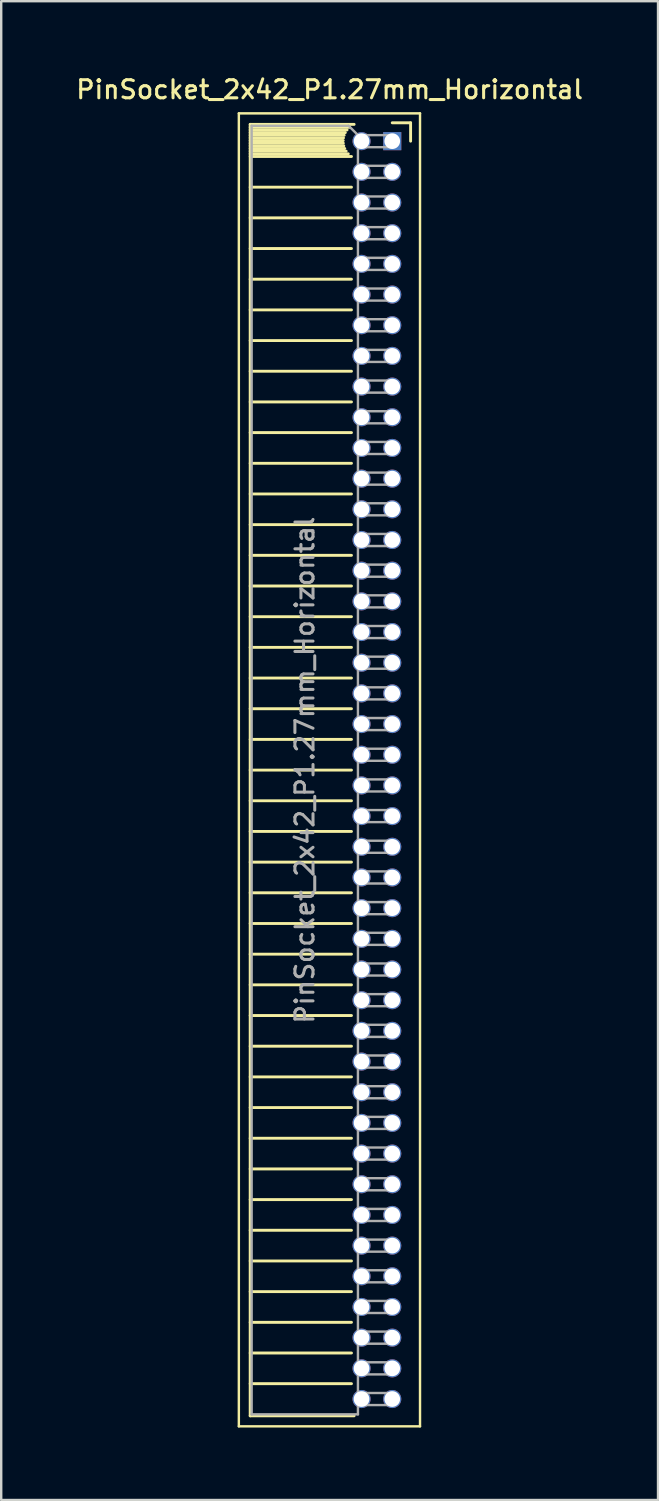
<source format=kicad_pcb>
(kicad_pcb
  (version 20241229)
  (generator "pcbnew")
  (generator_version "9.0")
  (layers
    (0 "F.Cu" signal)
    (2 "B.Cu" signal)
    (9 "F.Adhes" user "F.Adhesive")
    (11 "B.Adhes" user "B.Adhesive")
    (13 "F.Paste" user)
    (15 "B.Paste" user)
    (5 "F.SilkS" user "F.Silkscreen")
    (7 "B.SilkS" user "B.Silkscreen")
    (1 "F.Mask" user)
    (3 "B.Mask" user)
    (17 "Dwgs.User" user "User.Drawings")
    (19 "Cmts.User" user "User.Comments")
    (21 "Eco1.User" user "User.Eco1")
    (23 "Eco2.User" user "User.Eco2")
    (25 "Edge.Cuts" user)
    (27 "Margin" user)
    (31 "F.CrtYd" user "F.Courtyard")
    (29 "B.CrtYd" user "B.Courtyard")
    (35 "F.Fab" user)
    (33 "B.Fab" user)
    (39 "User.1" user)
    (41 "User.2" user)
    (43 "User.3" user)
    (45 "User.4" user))
  (footprint "PinSocket_2x42_P1.27mm_Horizontal"
    (layer "F.Cu")
    (at 13.187 2.793)
    (property "Reference" "PinSocket_2x42_P1.27mm_Horizontal" (at -2.592 -2.135 0) (layer "F.SilkS") (effects (font (size 0.75 0.75) (thickness 0.125))))
    (attr through_hole)
    (fp_line (start -6.35 -1.15) (end -6.35 53.2) (stroke (width 0.1) (type solid)) (layer "F.SilkS"))
    (fp_line (start -6.35 53.2) (end 1.15 53.2) (stroke (width 0.1) (type solid)) (layer "F.SilkS"))
    (fp_line (start -5.88 -0.695) (end -5.88 52.765) (stroke (width 0.12) (type solid)) (layer "F.SilkS"))
    (fp_line (start -5.88 -0.695) (end -1.578 -0.695) (stroke (width 0.12) (type solid)) (layer "F.SilkS"))
    (fp_line (start -5.88 -0.575) (end -1.767 -0.575) (stroke (width 0.12) (type solid)) (layer "F.SilkS"))
    (fp_line (start -5.88 -0.465) (end -1.871 -0.465) (stroke (width 0.12) (type solid)) (layer "F.SilkS"))
    (fp_line (start -5.88 -0.355) (end -1.942 -0.355) (stroke (width 0.12) (type solid)) (layer "F.SilkS"))
    (fp_line (start -5.88 -0.245) (end -1.989 -0.245) (stroke (width 0.12) (type solid)) (layer "F.SilkS"))
    (fp_line (start -5.88 -0.135) (end -2.018 -0.135) (stroke (width 0.12) (type solid)) (layer "F.SilkS"))
    (fp_line (start -5.88 -0.025) (end -2.03 -0.025) (stroke (width 0.12) (type solid)) (layer "F.SilkS"))
    (fp_line (start -5.88 0.085) (end -2.025 0.085) (stroke (width 0.12) (type solid)) (layer "F.SilkS"))
    (fp_line (start -5.88 0.195) (end -2.005 0.195) (stroke (width 0.12) (type solid)) (layer "F.SilkS"))
    (fp_line (start -5.88 0.305) (end -1.966 0.305) (stroke (width 0.12) (type solid)) (layer "F.SilkS"))
    (fp_line (start -5.88 0.415) (end -1.907 0.415) (stroke (width 0.12) (type solid)) (layer "F.SilkS"))
    (fp_line (start -5.88 0.525) (end -1.82 0.525) (stroke (width 0.12) (type solid)) (layer "F.SilkS"))
    (fp_line (start -5.88 0.635) (end -1.688 0.635) (stroke (width 0.12) (type solid)) (layer "F.SilkS"))
    (fp_line (start -5.88 1.905) (end -1.688 1.905) (stroke (width 0.12) (type solid)) (layer "F.SilkS"))
    (fp_line (start -5.88 3.175) (end -1.688 3.175) (stroke (width 0.12) (type solid)) (layer "F.SilkS"))
    (fp_line (start -5.88 4.445) (end -1.688 4.445) (stroke (width 0.12) (type solid)) (layer "F.SilkS"))
    (fp_line (start -5.88 5.715) (end -1.688 5.715) (stroke (width 0.12) (type solid)) (layer "F.SilkS"))
    (fp_line (start -5.88 6.985) (end -1.688 6.985) (stroke (width 0.12) (type solid)) (layer "F.SilkS"))
    (fp_line (start -5.88 8.255) (end -1.688 8.255) (stroke (width 0.12) (type solid)) (layer "F.SilkS"))
    (fp_line (start -5.88 9.525) (end -1.688 9.525) (stroke (width 0.12) (type solid)) (layer "F.SilkS"))
    (fp_line (start -5.88 10.795) (end -1.688 10.795) (stroke (width 0.12) (type solid)) (layer "F.SilkS"))
    (fp_line (start -5.88 12.065) (end -1.688 12.065) (stroke (width 0.12) (type solid)) (layer "F.SilkS"))
    (fp_line (start -5.88 13.335) (end -1.688 13.335) (stroke (width 0.12) (type solid)) (layer "F.SilkS"))
    (fp_line (start -5.88 14.605) (end -1.688 14.605) (stroke (width 0.12) (type solid)) (layer "F.SilkS"))
    (fp_line (start -5.88 15.875) (end -1.688 15.875) (stroke (width 0.12) (type solid)) (layer "F.SilkS"))
    (fp_line (start -5.88 17.145) (end -1.688 17.145) (stroke (width 0.12) (type solid)) (layer "F.SilkS"))
    (fp_line (start -5.88 18.415) (end -1.688 18.415) (stroke (width 0.12) (type solid)) (layer "F.SilkS"))
    (fp_line (start -5.88 19.685) (end -1.688 19.685) (stroke (width 0.12) (type solid)) (layer "F.SilkS"))
    (fp_line (start -5.88 20.955) (end -1.688 20.955) (stroke (width 0.12) (type solid)) (layer "F.SilkS"))
    (fp_line (start -5.88 22.225) (end -1.688 22.225) (stroke (width 0.12) (type solid)) (layer "F.SilkS"))
    (fp_line (start -5.88 23.495) (end -1.688 23.495) (stroke (width 0.12) (type solid)) (layer "F.SilkS"))
    (fp_line (start -5.88 24.765) (end -1.688 24.765) (stroke (width 0.12) (type solid)) (layer "F.SilkS"))
    (fp_line (start -5.88 26.035) (end -1.688 26.035) (stroke (width 0.12) (type solid)) (layer "F.SilkS"))
    (fp_line (start -5.88 27.305) (end -1.688 27.305) (stroke (width 0.12) (type solid)) (layer "F.SilkS"))
    (fp_line (start -5.88 28.575) (end -1.688 28.575) (stroke (width 0.12) (type solid)) (layer "F.SilkS"))
    (fp_line (start -5.88 29.845) (end -1.688 29.845) (stroke (width 0.12) (type solid)) (layer "F.SilkS"))
    (fp_line (start -5.88 31.115) (end -1.688 31.115) (stroke (width 0.12) (type solid)) (layer "F.SilkS"))
    (fp_line (start -5.88 32.385) (end -1.688 32.385) (stroke (width 0.12) (type solid)) (layer "F.SilkS"))
    (fp_line (start -5.88 33.655) (end -1.688 33.655) (stroke (width 0.12) (type solid)) (layer "F.SilkS"))
    (fp_line (start -5.88 34.925) (end -1.688 34.925) (stroke (width 0.12) (type solid)) (layer "F.SilkS"))
    (fp_line (start -5.88 36.195) (end -1.688 36.195) (stroke (width 0.12) (type solid)) (layer "F.SilkS"))
    (fp_line (start -5.88 37.465) (end -1.688 37.465) (stroke (width 0.12) (type solid)) (layer "F.SilkS"))
    (fp_line (start -5.88 38.735) (end -1.688 38.735) (stroke (width 0.12) (type solid)) (layer "F.SilkS"))
    (fp_line (start -5.88 40.005) (end -1.688 40.005) (stroke (width 0.12) (type solid)) (layer "F.SilkS"))
    (fp_line (start -5.88 41.275) (end -1.688 41.275) (stroke (width 0.12) (type solid)) (layer "F.SilkS"))
    (fp_line (start -5.88 42.545) (end -1.688 42.545) (stroke (width 0.12) (type solid)) (layer "F.SilkS"))
    (fp_line (start -5.88 43.815) (end -1.688 43.815) (stroke (width 0.12) (type solid)) (layer "F.SilkS"))
    (fp_line (start -5.88 45.085) (end -1.688 45.085) (stroke (width 0.12) (type solid)) (layer "F.SilkS"))
    (fp_line (start -5.88 46.355) (end -1.688 46.355) (stroke (width 0.12) (type solid)) (layer "F.SilkS"))
    (fp_line (start -5.88 47.625) (end -1.688 47.625) (stroke (width 0.12) (type solid)) (layer "F.SilkS"))
    (fp_line (start -5.88 48.895) (end -1.688 48.895) (stroke (width 0.12) (type solid)) (layer "F.SilkS"))
    (fp_line (start -5.88 50.165) (end -1.688 50.165) (stroke (width 0.12) (type solid)) (layer "F.SilkS"))
    (fp_line (start -5.88 51.435) (end -1.688 51.435) (stroke (width 0.12) (type solid)) (layer "F.SilkS"))
    (fp_line (start -5.88 52.765) (end -1.578 52.765) (stroke (width 0.12) (type solid)) (layer "F.SilkS"))
    (fp_line (start 0 -0.76) (end 0.76 -0.76) (stroke (width 0.12) (type solid)) (layer "F.SilkS"))
    (fp_line (start 0.76 -0.76) (end 0.76 0) (stroke (width 0.12) (type solid)) (layer "F.SilkS"))
    (fp_line (start 1.15 -1.15) (end -6.35 -1.15) (stroke (width 0.1) (type solid)) (layer "F.SilkS"))
    (fp_line (start 1.15 53.2) (end 1.15 -1.15) (stroke (width 0.1) (type solid)) (layer "F.SilkS"))
    (fp_line (start -5.82 -0.635) (end -1.805 -0.635) (stroke (width 0.1) (type solid)) (layer "F.Fab"))
    (fp_line (start -5.82 52.705) (end -5.82 -0.635) (stroke (width 0.1) (type solid)) (layer "F.Fab"))
    (fp_line (start -1.805 -0.635) (end -1.42 -0.25) (stroke (width 0.1) (type solid)) (layer "F.Fab"))
    (fp_line (start -1.42 -0.25) (end -1.42 52.705) (stroke (width 0.1) (type solid)) (layer "F.Fab"))
    (fp_line (start -1.42 0.25) (end 0 0.25) (stroke (width 0.1) (type solid)) (layer "F.Fab"))
    (fp_line (start -1.42 1.52) (end 0 1.52) (stroke (width 0.1) (type solid)) (layer "F.Fab"))
    (fp_line (start -1.42 2.79) (end 0 2.79) (stroke (width 0.1) (type solid)) (layer "F.Fab"))
    (fp_line (start -1.42 4.06) (end 0 4.06) (stroke (width 0.1) (type solid)) (layer "F.Fab"))
    (fp_line (start -1.42 5.33) (end 0 5.33) (stroke (width 0.1) (type solid)) (layer "F.Fab"))
    (fp_line (start -1.42 6.6) (end 0 6.6) (stroke (width 0.1) (type solid)) (layer "F.Fab"))
    (fp_line (start -1.42 7.87) (end 0 7.87) (stroke (width 0.1) (type solid)) (layer "F.Fab"))
    (fp_line (start -1.42 9.14) (end 0 9.14) (stroke (width 0.1) (type solid)) (layer "F.Fab"))
    (fp_line (start -1.42 10.41) (end 0 10.41) (stroke (width 0.1) (type solid)) (layer "F.Fab"))
    (fp_line (start -1.42 11.68) (end 0 11.68) (stroke (width 0.1) (type solid)) (layer "F.Fab"))
    (fp_line (start -1.42 12.95) (end 0 12.95) (stroke (width 0.1) (type solid)) (layer "F.Fab"))
    (fp_line (start -1.42 14.22) (end 0 14.22) (stroke (width 0.1) (type solid)) (layer "F.Fab"))
    (fp_line (start -1.42 15.49) (end 0 15.49) (stroke (width 0.1) (type solid)) (layer "F.Fab"))
    (fp_line (start -1.42 16.76) (end 0 16.76) (stroke (width 0.1) (type solid)) (layer "F.Fab"))
    (fp_line (start -1.42 18.03) (end 0 18.03) (stroke (width 0.1) (type solid)) (layer "F.Fab"))
    (fp_line (start -1.42 19.3) (end 0 19.3) (stroke (width 0.1) (type solid)) (layer "F.Fab"))
    (fp_line (start -1.42 20.57) (end 0 20.57) (stroke (width 0.1) (type solid)) (layer "F.Fab"))
    (fp_line (start -1.42 21.84) (end 0 21.84) (stroke (width 0.1) (type solid)) (layer "F.Fab"))
    (fp_line (start -1.42 23.11) (end 0 23.11) (stroke (width 0.1) (type solid)) (layer "F.Fab"))
    (fp_line (start -1.42 24.38) (end 0 24.38) (stroke (width 0.1) (type solid)) (layer "F.Fab"))
    (fp_line (start -1.42 25.65) (end 0 25.65) (stroke (width 0.1) (type solid)) (layer "F.Fab"))
    (fp_line (start -1.42 26.92) (end 0 26.92) (stroke (width 0.1) (type solid)) (layer "F.Fab"))
    (fp_line (start -1.42 28.19) (end 0 28.19) (stroke (width 0.1) (type solid)) (layer "F.Fab"))
    (fp_line (start -1.42 29.46) (end 0 29.46) (stroke (width 0.1) (type solid)) (layer "F.Fab"))
    (fp_line (start -1.42 30.73) (end 0 30.73) (stroke (width 0.1) (type solid)) (layer "F.Fab"))
    (fp_line (start -1.42 32) (end 0 32) (stroke (width 0.1) (type solid)) (layer "F.Fab"))
    (fp_line (start -1.42 33.27) (end 0 33.27) (stroke (width 0.1) (type solid)) (layer "F.Fab"))
    (fp_line (start -1.42 34.54) (end 0 34.54) (stroke (width 0.1) (type solid)) (layer "F.Fab"))
    (fp_line (start -1.42 35.81) (end 0 35.81) (stroke (width 0.1) (type solid)) (layer "F.Fab"))
    (fp_line (start -1.42 37.08) (end 0 37.08) (stroke (width 0.1) (type solid)) (layer "F.Fab"))
    (fp_line (start -1.42 38.35) (end 0 38.35) (stroke (width 0.1) (type solid)) (layer "F.Fab"))
    (fp_line (start -1.42 39.62) (end 0 39.62) (stroke (width 0.1) (type solid)) (layer "F.Fab"))
    (fp_line (start -1.42 40.89) (end 0 40.89) (stroke (width 0.1) (type solid)) (layer "F.Fab"))
    (fp_line (start -1.42 42.16) (end 0 42.16) (stroke (width 0.1) (type solid)) (layer "F.Fab"))
    (fp_line (start -1.42 43.43) (end 0 43.43) (stroke (width 0.1) (type solid)) (layer "F.Fab"))
    (fp_line (start -1.42 44.7) (end 0 44.7) (stroke (width 0.1) (type solid)) (layer "F.Fab"))
    (fp_line (start -1.42 45.97) (end 0 45.97) (stroke (width 0.1) (type solid)) (layer "F.Fab"))
    (fp_line (start -1.42 47.24) (end 0 47.24) (stroke (width 0.1) (type solid)) (layer "F.Fab"))
    (fp_line (start -1.42 48.51) (end 0 48.51) (stroke (width 0.1) (type solid)) (layer "F.Fab"))
    (fp_line (start -1.42 49.78) (end 0 49.78) (stroke (width 0.1) (type solid)) (layer "F.Fab"))
    (fp_line (start -1.42 51.05) (end 0 51.05) (stroke (width 0.1) (type solid)) (layer "F.Fab"))
    (fp_line (start -1.42 52.32) (end 0 52.32) (stroke (width 0.1) (type solid)) (layer "F.Fab"))
    (fp_line (start -1.42 52.705) (end -5.82 52.705) (stroke (width 0.1) (type solid)) (layer "F.Fab"))
    (fp_line (start 0 -0.25) (end -1.42 -0.25) (stroke (width 0.1) (type solid)) (layer "F.Fab"))
    (fp_line (start 0 0.25) (end 0 -0.25) (stroke (width 0.1) (type solid)) (layer "F.Fab"))
    (fp_line (start 0 1.02) (end -1.42 1.02) (stroke (width 0.1) (type solid)) (layer "F.Fab"))
    (fp_line (start 0 1.52) (end 0 1.02) (stroke (width 0.1) (type solid)) (layer "F.Fab"))
    (fp_line (start 0 2.29) (end -1.42 2.29) (stroke (width 0.1) (type solid)) (layer "F.Fab"))
    (fp_line (start 0 2.79) (end 0 2.29) (stroke (width 0.1) (type solid)) (layer "F.Fab"))
    (fp_line (start 0 3.56) (end -1.42 3.56) (stroke (width 0.1) (type solid)) (layer "F.Fab"))
    (fp_line (start 0 4.06) (end 0 3.56) (stroke (width 0.1) (type solid)) (layer "F.Fab"))
    (fp_line (start 0 4.83) (end -1.42 4.83) (stroke (width 0.1) (type solid)) (layer "F.Fab"))
    (fp_line (start 0 5.33) (end 0 4.83) (stroke (width 0.1) (type solid)) (layer "F.Fab"))
    (fp_line (start 0 6.1) (end -1.42 6.1) (stroke (width 0.1) (type solid)) (layer "F.Fab"))
    (fp_line (start 0 6.6) (end 0 6.1) (stroke (width 0.1) (type solid)) (layer "F.Fab"))
    (fp_line (start 0 7.37) (end -1.42 7.37) (stroke (width 0.1) (type solid)) (layer "F.Fab"))
    (fp_line (start 0 7.87) (end 0 7.37) (stroke (width 0.1) (type solid)) (layer "F.Fab"))
    (fp_line (start 0 8.64) (end -1.42 8.64) (stroke (width 0.1) (type solid)) (layer "F.Fab"))
    (fp_line (start 0 9.14) (end 0 8.64) (stroke (width 0.1) (type solid)) (layer "F.Fab"))
    (fp_line (start 0 9.91) (end -1.42 9.91) (stroke (width 0.1) (type solid)) (layer "F.Fab"))
    (fp_line (start 0 10.41) (end 0 9.91) (stroke (width 0.1) (type solid)) (layer "F.Fab"))
    (fp_line (start 0 11.18) (end -1.42 11.18) (stroke (width 0.1) (type solid)) (layer "F.Fab"))
    (fp_line (start 0 11.68) (end 0 11.18) (stroke (width 0.1) (type solid)) (layer "F.Fab"))
    (fp_line (start 0 12.45) (end -1.42 12.45) (stroke (width 0.1) (type solid)) (layer "F.Fab"))
    (fp_line (start 0 12.95) (end 0 12.45) (stroke (width 0.1) (type solid)) (layer "F.Fab"))
    (fp_line (start 0 13.72) (end -1.42 13.72) (stroke (width 0.1) (type solid)) (layer "F.Fab"))
    (fp_line (start 0 14.22) (end 0 13.72) (stroke (width 0.1) (type solid)) (layer "F.Fab"))
    (fp_line (start 0 14.99) (end -1.42 14.99) (stroke (width 0.1) (type solid)) (layer "F.Fab"))
    (fp_line (start 0 15.49) (end 0 14.99) (stroke (width 0.1) (type solid)) (layer "F.Fab"))
    (fp_line (start 0 16.26) (end -1.42 16.26) (stroke (width 0.1) (type solid)) (layer "F.Fab"))
    (fp_line (start 0 16.76) (end 0 16.26) (stroke (width 0.1) (type solid)) (layer "F.Fab"))
    (fp_line (start 0 17.53) (end -1.42 17.53) (stroke (width 0.1) (type solid)) (layer "F.Fab"))
    (fp_line (start 0 18.03) (end 0 17.53) (stroke (width 0.1) (type solid)) (layer "F.Fab"))
    (fp_line (start 0 18.8) (end -1.42 18.8) (stroke (width 0.1) (type solid)) (layer "F.Fab"))
    (fp_line (start 0 19.3) (end 0 18.8) (stroke (width 0.1) (type solid)) (layer "F.Fab"))
    (fp_line (start 0 20.07) (end -1.42 20.07) (stroke (width 0.1) (type solid)) (layer "F.Fab"))
    (fp_line (start 0 20.57) (end 0 20.07) (stroke (width 0.1) (type solid)) (layer "F.Fab"))
    (fp_line (start 0 21.34) (end -1.42 21.34) (stroke (width 0.1) (type solid)) (layer "F.Fab"))
    (fp_line (start 0 21.84) (end 0 21.34) (stroke (width 0.1) (type solid)) (layer "F.Fab"))
    (fp_line (start 0 22.61) (end -1.42 22.61) (stroke (width 0.1) (type solid)) (layer "F.Fab"))
    (fp_line (start 0 23.11) (end 0 22.61) (stroke (width 0.1) (type solid)) (layer "F.Fab"))
    (fp_line (start 0 23.88) (end -1.42 23.88) (stroke (width 0.1) (type solid)) (layer "F.Fab"))
    (fp_line (start 0 24.38) (end 0 23.88) (stroke (width 0.1) (type solid)) (layer "F.Fab"))
    (fp_line (start 0 25.15) (end -1.42 25.15) (stroke (width 0.1) (type solid)) (layer "F.Fab"))
    (fp_line (start 0 25.65) (end 0 25.15) (stroke (width 0.1) (type solid)) (layer "F.Fab"))
    (fp_line (start 0 26.42) (end -1.42 26.42) (stroke (width 0.1) (type solid)) (layer "F.Fab"))
    (fp_line (start 0 26.92) (end 0 26.42) (stroke (width 0.1) (type solid)) (layer "F.Fab"))
    (fp_line (start 0 27.69) (end -1.42 27.69) (stroke (width 0.1) (type solid)) (layer "F.Fab"))
    (fp_line (start 0 28.19) (end 0 27.69) (stroke (width 0.1) (type solid)) (layer "F.Fab"))
    (fp_line (start 0 28.96) (end -1.42 28.96) (stroke (width 0.1) (type solid)) (layer "F.Fab"))
    (fp_line (start 0 29.46) (end 0 28.96) (stroke (width 0.1) (type solid)) (layer "F.Fab"))
    (fp_line (start 0 30.23) (end -1.42 30.23) (stroke (width 0.1) (type solid)) (layer "F.Fab"))
    (fp_line (start 0 30.73) (end 0 30.23) (stroke (width 0.1) (type solid)) (layer "F.Fab"))
    (fp_line (start 0 31.5) (end -1.42 31.5) (stroke (width 0.1) (type solid)) (layer "F.Fab"))
    (fp_line (start 0 32) (end 0 31.5) (stroke (width 0.1) (type solid)) (layer "F.Fab"))
    (fp_line (start 0 32.77) (end -1.42 32.77) (stroke (width 0.1) (type solid)) (layer "F.Fab"))
    (fp_line (start 0 33.27) (end 0 32.77) (stroke (width 0.1) (type solid)) (layer "F.Fab"))
    (fp_line (start 0 34.04) (end -1.42 34.04) (stroke (width 0.1) (type solid)) (layer "F.Fab"))
    (fp_line (start 0 34.54) (end 0 34.04) (stroke (width 0.1) (type solid)) (layer "F.Fab"))
    (fp_line (start 0 35.31) (end -1.42 35.31) (stroke (width 0.1) (type solid)) (layer "F.Fab"))
    (fp_line (start 0 35.81) (end 0 35.31) (stroke (width 0.1) (type solid)) (layer "F.Fab"))
    (fp_line (start 0 36.58) (end -1.42 36.58) (stroke (width 0.1) (type solid)) (layer "F.Fab"))
    (fp_line (start 0 37.08) (end 0 36.58) (stroke (width 0.1) (type solid)) (layer "F.Fab"))
    (fp_line (start 0 37.85) (end -1.42 37.85) (stroke (width 0.1) (type solid)) (layer "F.Fab"))
    (fp_line (start 0 38.35) (end 0 37.85) (stroke (width 0.1) (type solid)) (layer "F.Fab"))
    (fp_line (start 0 39.12) (end -1.42 39.12) (stroke (width 0.1) (type solid)) (layer "F.Fab"))
    (fp_line (start 0 39.62) (end 0 39.12) (stroke (width 0.1) (type solid)) (layer "F.Fab"))
    (fp_line (start 0 40.39) (end -1.42 40.39) (stroke (width 0.1) (type solid)) (layer "F.Fab"))
    (fp_line (start 0 40.89) (end 0 40.39) (stroke (width 0.1) (type solid)) (layer "F.Fab"))
    (fp_line (start 0 41.66) (end -1.42 41.66) (stroke (width 0.1) (type solid)) (layer "F.Fab"))
    (fp_line (start 0 42.16) (end 0 41.66) (stroke (width 0.1) (type solid)) (layer "F.Fab"))
    (fp_line (start 0 42.93) (end -1.42 42.93) (stroke (width 0.1) (type solid)) (layer "F.Fab"))
    (fp_line (start 0 43.43) (end 0 42.93) (stroke (width 0.1) (type solid)) (layer "F.Fab"))
    (fp_line (start 0 44.2) (end -1.42 44.2) (stroke (width 0.1) (type solid)) (layer "F.Fab"))
    (fp_line (start 0 44.7) (end 0 44.2) (stroke (width 0.1) (type solid)) (layer "F.Fab"))
    (fp_line (start 0 45.47) (end -1.42 45.47) (stroke (width 0.1) (type solid)) (layer "F.Fab"))
    (fp_line (start 0 45.97) (end 0 45.47) (stroke (width 0.1) (type solid)) (layer "F.Fab"))
    (fp_line (start 0 46.74) (end -1.42 46.74) (stroke (width 0.1) (type solid)) (layer "F.Fab"))
    (fp_line (start 0 47.24) (end 0 46.74) (stroke (width 0.1) (type solid)) (layer "F.Fab"))
    (fp_line (start 0 48.01) (end -1.42 48.01) (stroke (width 0.1) (type solid)) (layer "F.Fab"))
    (fp_line (start 0 48.51) (end 0 48.01) (stroke (width 0.1) (type solid)) (layer "F.Fab"))
    (fp_line (start 0 49.28) (end -1.42 49.28) (stroke (width 0.1) (type solid)) (layer "F.Fab"))
    (fp_line (start 0 49.78) (end 0 49.28) (stroke (width 0.1) (type solid)) (layer "F.Fab"))
    (fp_line (start 0 50.55) (end -1.42 50.55) (stroke (width 0.1) (type solid)) (layer "F.Fab"))
    (fp_line (start 0 51.05) (end 0 50.55) (stroke (width 0.1) (type solid)) (layer "F.Fab"))
    (fp_line (start 0 51.82) (end -1.42 51.82) (stroke (width 0.1) (type solid)) (layer "F.Fab"))
    (fp_line (start 0 52.32) (end 0 51.82) (stroke (width 0.1) (type solid)) (layer "F.Fab"))
    (fp_text user "${REFERENCE}" (at -3.62 26.035 90) (layer "F.Fab") (effects (font (size 0.75 0.75) (thickness 0.125))))
    (pad "1" thru_hole rect (at 0 0) (size 0.75 0.75) (drill 0.65) (layers "*.Cu" "*.Mask"))
    (pad "2" thru_hole oval (at -1.27 0) (size 0.75 0.75) (drill 0.65) (layers "*.Cu" "*.Mask"))
    (pad "3" thru_hole oval (at 0 1.27) (size 0.75 0.75) (drill 0.65) (layers "*.Cu" "*.Mask"))
    (pad "4" thru_hole oval (at -1.27 1.27) (size 0.75 0.75) (drill 0.65) (layers "*.Cu" "*.Mask"))
    (pad "5" thru_hole oval (at 0 2.54) (size 0.75 0.75) (drill 0.65) (layers "*.Cu" "*.Mask"))
    (pad "6" thru_hole oval (at -1.27 2.54) (size 0.75 0.75) (drill 0.65) (layers "*.Cu" "*.Mask"))
    (pad "7" thru_hole oval (at 0 3.81) (size 0.75 0.75) (drill 0.65) (layers "*.Cu" "*.Mask"))
    (pad "8" thru_hole oval (at -1.27 3.81) (size 0.75 0.75) (drill 0.65) (layers "*.Cu" "*.Mask"))
    (pad "9" thru_hole oval (at 0 5.08) (size 0.75 0.75) (drill 0.65) (layers "*.Cu" "*.Mask"))
    (pad "10" thru_hole oval (at -1.27 5.08) (size 0.75 0.75) (drill 0.65) (layers "*.Cu" "*.Mask"))
    (pad "11" thru_hole oval (at 0 6.35) (size 0.75 0.75) (drill 0.65) (layers "*.Cu" "*.Mask"))
    (pad "12" thru_hole oval (at -1.27 6.35) (size 0.75 0.75) (drill 0.65) (layers "*.Cu" "*.Mask"))
    (pad "13" thru_hole oval (at 0 7.62) (size 0.75 0.75) (drill 0.65) (layers "*.Cu" "*.Mask"))
    (pad "14" thru_hole oval (at -1.27 7.62) (size 0.75 0.75) (drill 0.65) (layers "*.Cu" "*.Mask"))
    (pad "15" thru_hole oval (at 0 8.89) (size 0.75 0.75) (drill 0.65) (layers "*.Cu" "*.Mask"))
    (pad "16" thru_hole oval (at -1.27 8.89) (size 0.75 0.75) (drill 0.65) (layers "*.Cu" "*.Mask"))
    (pad "17" thru_hole oval (at 0 10.16) (size 0.75 0.75) (drill 0.65) (layers "*.Cu" "*.Mask"))
    (pad "18" thru_hole oval (at -1.27 10.16) (size 0.75 0.75) (drill 0.65) (layers "*.Cu" "*.Mask"))
    (pad "19" thru_hole oval (at 0 11.43) (size 0.75 0.75) (drill 0.65) (layers "*.Cu" "*.Mask"))
    (pad "20" thru_hole oval (at -1.27 11.43) (size 0.75 0.75) (drill 0.65) (layers "*.Cu" "*.Mask"))
    (pad "21" thru_hole oval (at 0 12.7) (size 0.75 0.75) (drill 0.65) (layers "*.Cu" "*.Mask"))
    (pad "22" thru_hole oval (at -1.27 12.7) (size 0.75 0.75) (drill 0.65) (layers "*.Cu" "*.Mask"))
    (pad "23" thru_hole oval (at 0 13.97) (size 0.75 0.75) (drill 0.65) (layers "*.Cu" "*.Mask"))
    (pad "24" thru_hole oval (at -1.27 13.97) (size 0.75 0.75) (drill 0.65) (layers "*.Cu" "*.Mask"))
    (pad "25" thru_hole oval (at 0 15.24) (size 0.75 0.75) (drill 0.65) (layers "*.Cu" "*.Mask"))
    (pad "26" thru_hole oval (at -1.27 15.24) (size 0.75 0.75) (drill 0.65) (layers "*.Cu" "*.Mask"))
    (pad "27" thru_hole oval (at 0 16.51) (size 0.75 0.75) (drill 0.65) (layers "*.Cu" "*.Mask"))
    (pad "28" thru_hole oval (at -1.27 16.51) (size 0.75 0.75) (drill 0.65) (layers "*.Cu" "*.Mask"))
    (pad "29" thru_hole oval (at 0 17.78) (size 0.75 0.75) (drill 0.65) (layers "*.Cu" "*.Mask"))
    (pad "30" thru_hole oval (at -1.27 17.78) (size 0.75 0.75) (drill 0.65) (layers "*.Cu" "*.Mask"))
    (pad "31" thru_hole oval (at 0 19.05) (size 0.75 0.75) (drill 0.65) (layers "*.Cu" "*.Mask"))
    (pad "32" thru_hole oval (at -1.27 19.05) (size 0.75 0.75) (drill 0.65) (layers "*.Cu" "*.Mask"))
    (pad "33" thru_hole oval (at 0 20.32) (size 0.75 0.75) (drill 0.65) (layers "*.Cu" "*.Mask"))
    (pad "34" thru_hole oval (at -1.27 20.32) (size 0.75 0.75) (drill 0.65) (layers "*.Cu" "*.Mask"))
    (pad "35" thru_hole oval (at 0 21.59) (size 0.75 0.75) (drill 0.65) (layers "*.Cu" "*.Mask"))
    (pad "36" thru_hole oval (at -1.27 21.59) (size 0.75 0.75) (drill 0.65) (layers "*.Cu" "*.Mask"))
    (pad "37" thru_hole oval (at 0 22.86) (size 0.75 0.75) (drill 0.65) (layers "*.Cu" "*.Mask"))
    (pad "38" thru_hole oval (at -1.27 22.86) (size 0.75 0.75) (drill 0.65) (layers "*.Cu" "*.Mask"))
    (pad "39" thru_hole oval (at 0 24.13) (size 0.75 0.75) (drill 0.65) (layers "*.Cu" "*.Mask"))
    (pad "40" thru_hole oval (at -1.27 24.13) (size 0.75 0.75) (drill 0.65) (layers "*.Cu" "*.Mask"))
    (pad "41" thru_hole oval (at 0 25.4) (size 0.75 0.75) (drill 0.65) (layers "*.Cu" "*.Mask"))
    (pad "42" thru_hole oval (at -1.27 25.4) (size 0.75 0.75) (drill 0.65) (layers "*.Cu" "*.Mask"))
    (pad "43" thru_hole oval (at 0 26.67) (size 0.75 0.75) (drill 0.65) (layers "*.Cu" "*.Mask"))
    (pad "44" thru_hole oval (at -1.27 26.67) (size 0.75 0.75) (drill 0.65) (layers "*.Cu" "*.Mask"))
    (pad "45" thru_hole oval (at 0 27.94) (size 0.75 0.75) (drill 0.65) (layers "*.Cu" "*.Mask"))
    (pad "46" thru_hole oval (at -1.27 27.94) (size 0.75 0.75) (drill 0.65) (layers "*.Cu" "*.Mask"))
    (pad "47" thru_hole oval (at 0 29.21) (size 0.75 0.75) (drill 0.65) (layers "*.Cu" "*.Mask"))
    (pad "48" thru_hole oval (at -1.27 29.21) (size 0.75 0.75) (drill 0.65) (layers "*.Cu" "*.Mask"))
    (pad "49" thru_hole oval (at 0 30.48) (size 0.75 0.75) (drill 0.65) (layers "*.Cu" "*.Mask"))
    (pad "50" thru_hole oval (at -1.27 30.48) (size 0.75 0.75) (drill 0.65) (layers "*.Cu" "*.Mask"))
    (pad "51" thru_hole oval (at 0 31.75) (size 0.75 0.75) (drill 0.65) (layers "*.Cu" "*.Mask"))
    (pad "52" thru_hole oval (at -1.27 31.75) (size 0.75 0.75) (drill 0.65) (layers "*.Cu" "*.Mask"))
    (pad "53" thru_hole oval (at 0 33.02) (size 0.75 0.75) (drill 0.65) (layers "*.Cu" "*.Mask"))
    (pad "54" thru_hole oval (at -1.27 33.02) (size 0.75 0.75) (drill 0.65) (layers "*.Cu" "*.Mask"))
    (pad "55" thru_hole oval (at 0 34.29) (size 0.75 0.75) (drill 0.65) (layers "*.Cu" "*.Mask"))
    (pad "56" thru_hole oval (at -1.27 34.29) (size 0.75 0.75) (drill 0.65) (layers "*.Cu" "*.Mask"))
    (pad "57" thru_hole oval (at 0 35.56) (size 0.75 0.75) (drill 0.65) (layers "*.Cu" "*.Mask"))
    (pad "58" thru_hole oval (at -1.27 35.56) (size 0.75 0.75) (drill 0.65) (layers "*.Cu" "*.Mask"))
    (pad "59" thru_hole oval (at 0 36.83) (size 0.75 0.75) (drill 0.65) (layers "*.Cu" "*.Mask"))
    (pad "60" thru_hole oval (at -1.27 36.83) (size 0.75 0.75) (drill 0.65) (layers "*.Cu" "*.Mask"))
    (pad "61" thru_hole oval (at 0 38.1) (size 0.75 0.75) (drill 0.65) (layers "*.Cu" "*.Mask"))
    (pad "62" thru_hole oval (at -1.27 38.1) (size 0.75 0.75) (drill 0.65) (layers "*.Cu" "*.Mask"))
    (pad "63" thru_hole oval (at 0 39.37) (size 0.75 0.75) (drill 0.65) (layers "*.Cu" "*.Mask"))
    (pad "64" thru_hole oval (at -1.27 39.37) (size 0.75 0.75) (drill 0.65) (layers "*.Cu" "*.Mask"))
    (pad "65" thru_hole oval (at 0 40.64) (size 0.75 0.75) (drill 0.65) (layers "*.Cu" "*.Mask"))
    (pad "66" thru_hole oval (at -1.27 40.64) (size 0.75 0.75) (drill 0.65) (layers "*.Cu" "*.Mask"))
    (pad "67" thru_hole oval (at 0 41.91) (size 0.75 0.75) (drill 0.65) (layers "*.Cu" "*.Mask"))
    (pad "68" thru_hole oval (at -1.27 41.91) (size 0.75 0.75) (drill 0.65) (layers "*.Cu" "*.Mask"))
    (pad "69" thru_hole oval (at 0 43.18) (size 0.75 0.75) (drill 0.65) (layers "*.Cu" "*.Mask"))
    (pad "70" thru_hole oval (at -1.27 43.18) (size 0.75 0.75) (drill 0.65) (layers "*.Cu" "*.Mask"))
    (pad "71" thru_hole oval (at 0 44.45) (size 0.75 0.75) (drill 0.65) (layers "*.Cu" "*.Mask"))
    (pad "72" thru_hole oval (at -1.27 44.45) (size 0.75 0.75) (drill 0.65) (layers "*.Cu" "*.Mask"))
    (pad "73" thru_hole oval (at 0 45.72) (size 0.75 0.75) (drill 0.65) (layers "*.Cu" "*.Mask"))
    (pad "74" thru_hole oval (at -1.27 45.72) (size 0.75 0.75) (drill 0.65) (layers "*.Cu" "*.Mask"))
    (pad "75" thru_hole oval (at 0 46.99) (size 0.75 0.75) (drill 0.65) (layers "*.Cu" "*.Mask"))
    (pad "76" thru_hole oval (at -1.27 46.99) (size 0.75 0.75) (drill 0.65) (layers "*.Cu" "*.Mask"))
    (pad "77" thru_hole oval (at 0 48.26) (size 0.75 0.75) (drill 0.65) (layers "*.Cu" "*.Mask"))
    (pad "78" thru_hole oval (at -1.27 48.26) (size 0.75 0.75) (drill 0.65) (layers "*.Cu" "*.Mask"))
    (pad "79" thru_hole oval (at 0 49.53) (size 0.75 0.75) (drill 0.65) (layers "*.Cu" "*.Mask"))
    (pad "80" thru_hole oval (at -1.27 49.53) (size 0.75 0.75) (drill 0.65) (layers "*.Cu" "*.Mask"))
    (pad "81" thru_hole oval (at 0 50.8) (size 0.75 0.75) (drill 0.65) (layers "*.Cu" "*.Mask"))
    (pad "82" thru_hole oval (at -1.27 50.8) (size 0.75 0.75) (drill 0.65) (layers "*.Cu" "*.Mask"))
    (pad "83" thru_hole oval (at 0 52.07) (size 0.75 0.75) (drill 0.65) (layers "*.Cu" "*.Mask"))
    (pad "84" thru_hole oval (at -1.27 52.07) (size 0.75 0.75) (drill 0.65) (layers "*.Cu" "*.Mask")))
  (gr_rect
    (start -3 -3)
    (end 24.189 59.043)
    (stroke (width 0.1) (type default))
    (fill no)
    (layer "Edge.Cuts")))
</source>
